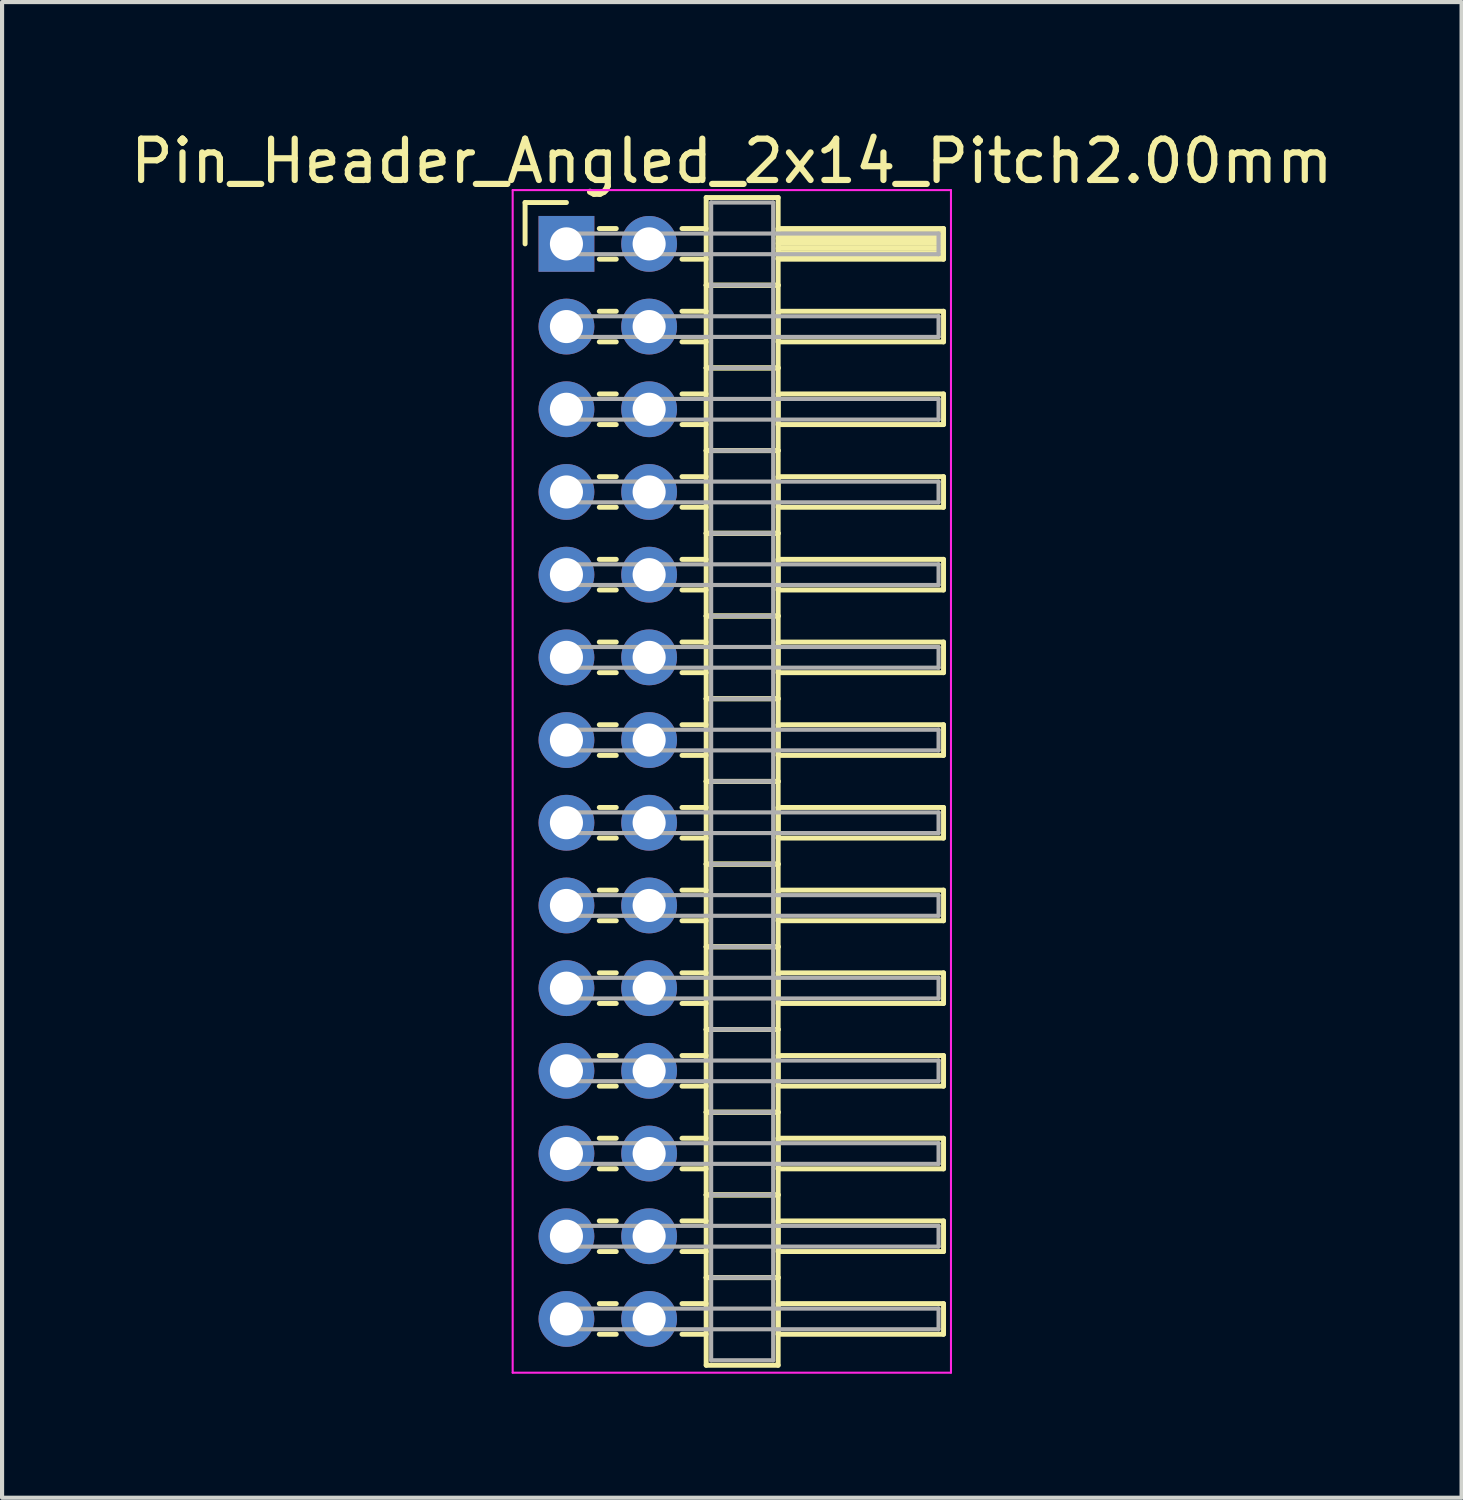
<source format=kicad_pcb>
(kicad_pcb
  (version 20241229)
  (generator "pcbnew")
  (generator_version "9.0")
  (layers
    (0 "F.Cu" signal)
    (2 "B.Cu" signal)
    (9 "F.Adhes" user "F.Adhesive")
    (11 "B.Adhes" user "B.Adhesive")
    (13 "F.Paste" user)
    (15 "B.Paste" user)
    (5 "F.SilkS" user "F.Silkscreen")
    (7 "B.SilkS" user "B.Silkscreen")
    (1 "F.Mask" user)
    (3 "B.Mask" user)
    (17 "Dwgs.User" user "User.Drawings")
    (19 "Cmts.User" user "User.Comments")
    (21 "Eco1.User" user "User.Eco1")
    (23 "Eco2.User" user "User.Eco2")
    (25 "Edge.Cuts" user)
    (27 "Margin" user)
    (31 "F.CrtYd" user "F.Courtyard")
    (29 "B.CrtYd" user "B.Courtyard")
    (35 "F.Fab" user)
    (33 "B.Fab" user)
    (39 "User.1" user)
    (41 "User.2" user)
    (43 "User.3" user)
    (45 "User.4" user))
  (footprint "Pin_Header_Angled_2x14_Pitch2.00mm"
    (layer "F.Cu")
    (at 10.649 2.848)
    (property "Reference" "Pin_Header_Angled_2x14_Pitch2.00mm" (at 4 -2 0) (layer "F.SilkS") (effects (font (size 1 1) (thickness 0.15))))
    (attr through_hole)
    (fp_line (start -1 -1) (end 0 -1) (stroke (width 0.12) (type solid)) (layer "F.SilkS"))
    (fp_line (start -1 0) (end -1 -1) (stroke (width 0.12) (type solid)) (layer "F.SilkS"))
    (fp_line (start 0.795 -0.37) (end 1.205 -0.37) (stroke (width 0.12) (type solid)) (layer "F.SilkS"))
    (fp_line (start 0.795 0.37) (end 1.205 0.37) (stroke (width 0.12) (type solid)) (layer "F.SilkS"))
    (fp_line (start 0.795 1.63) (end 1.205 1.63) (stroke (width 0.12) (type solid)) (layer "F.SilkS"))
    (fp_line (start 0.795 2.37) (end 1.205 2.37) (stroke (width 0.12) (type solid)) (layer "F.SilkS"))
    (fp_line (start 0.795 3.63) (end 1.205 3.63) (stroke (width 0.12) (type solid)) (layer "F.SilkS"))
    (fp_line (start 0.795 4.37) (end 1.205 4.37) (stroke (width 0.12) (type solid)) (layer "F.SilkS"))
    (fp_line (start 0.795 5.63) (end 1.205 5.63) (stroke (width 0.12) (type solid)) (layer "F.SilkS"))
    (fp_line (start 0.795 6.37) (end 1.205 6.37) (stroke (width 0.12) (type solid)) (layer "F.SilkS"))
    (fp_line (start 0.795 7.63) (end 1.205 7.63) (stroke (width 0.12) (type solid)) (layer "F.SilkS"))
    (fp_line (start 0.795 8.37) (end 1.205 8.37) (stroke (width 0.12) (type solid)) (layer "F.SilkS"))
    (fp_line (start 0.795 9.63) (end 1.205 9.63) (stroke (width 0.12) (type solid)) (layer "F.SilkS"))
    (fp_line (start 0.795 10.37) (end 1.205 10.37) (stroke (width 0.12) (type solid)) (layer "F.SilkS"))
    (fp_line (start 0.795 11.63) (end 1.205 11.63) (stroke (width 0.12) (type solid)) (layer "F.SilkS"))
    (fp_line (start 0.795 12.37) (end 1.205 12.37) (stroke (width 0.12) (type solid)) (layer "F.SilkS"))
    (fp_line (start 0.795 13.63) (end 1.205 13.63) (stroke (width 0.12) (type solid)) (layer "F.SilkS"))
    (fp_line (start 0.795 14.37) (end 1.205 14.37) (stroke (width 0.12) (type solid)) (layer "F.SilkS"))
    (fp_line (start 0.795 15.63) (end 1.205 15.63) (stroke (width 0.12) (type solid)) (layer "F.SilkS"))
    (fp_line (start 0.795 16.37) (end 1.205 16.37) (stroke (width 0.12) (type solid)) (layer "F.SilkS"))
    (fp_line (start 0.795 17.63) (end 1.205 17.63) (stroke (width 0.12) (type solid)) (layer "F.SilkS"))
    (fp_line (start 0.795 18.37) (end 1.205 18.37) (stroke (width 0.12) (type solid)) (layer "F.SilkS"))
    (fp_line (start 0.795 19.63) (end 1.205 19.63) (stroke (width 0.12) (type solid)) (layer "F.SilkS"))
    (fp_line (start 0.795 20.37) (end 1.205 20.37) (stroke (width 0.12) (type solid)) (layer "F.SilkS"))
    (fp_line (start 0.795 21.63) (end 1.205 21.63) (stroke (width 0.12) (type solid)) (layer "F.SilkS"))
    (fp_line (start 0.795 22.37) (end 1.205 22.37) (stroke (width 0.12) (type solid)) (layer "F.SilkS"))
    (fp_line (start 0.795 23.63) (end 1.205 23.63) (stroke (width 0.12) (type solid)) (layer "F.SilkS"))
    (fp_line (start 0.795 24.37) (end 1.205 24.37) (stroke (width 0.12) (type solid)) (layer "F.SilkS"))
    (fp_line (start 0.795 25.63) (end 1.205 25.63) (stroke (width 0.12) (type solid)) (layer "F.SilkS"))
    (fp_line (start 0.795 26.37) (end 1.205 26.37) (stroke (width 0.12) (type solid)) (layer "F.SilkS"))
    (fp_line (start 2.795 -0.37) (end 3.38 -0.37) (stroke (width 0.12) (type solid)) (layer "F.SilkS"))
    (fp_line (start 2.795 0.37) (end 3.38 0.37) (stroke (width 0.12) (type solid)) (layer "F.SilkS"))
    (fp_line (start 2.795 1.63) (end 3.38 1.63) (stroke (width 0.12) (type solid)) (layer "F.SilkS"))
    (fp_line (start 2.795 2.37) (end 3.38 2.37) (stroke (width 0.12) (type solid)) (layer "F.SilkS"))
    (fp_line (start 2.795 3.63) (end 3.38 3.63) (stroke (width 0.12) (type solid)) (layer "F.SilkS"))
    (fp_line (start 2.795 4.37) (end 3.38 4.37) (stroke (width 0.12) (type solid)) (layer "F.SilkS"))
    (fp_line (start 2.795 5.63) (end 3.38 5.63) (stroke (width 0.12) (type solid)) (layer "F.SilkS"))
    (fp_line (start 2.795 6.37) (end 3.38 6.37) (stroke (width 0.12) (type solid)) (layer "F.SilkS"))
    (fp_line (start 2.795 7.63) (end 3.38 7.63) (stroke (width 0.12) (type solid)) (layer "F.SilkS"))
    (fp_line (start 2.795 8.37) (end 3.38 8.37) (stroke (width 0.12) (type solid)) (layer "F.SilkS"))
    (fp_line (start 2.795 9.63) (end 3.38 9.63) (stroke (width 0.12) (type solid)) (layer "F.SilkS"))
    (fp_line (start 2.795 10.37) (end 3.38 10.37) (stroke (width 0.12) (type solid)) (layer "F.SilkS"))
    (fp_line (start 2.795 11.63) (end 3.38 11.63) (stroke (width 0.12) (type solid)) (layer "F.SilkS"))
    (fp_line (start 2.795 12.37) (end 3.38 12.37) (stroke (width 0.12) (type solid)) (layer "F.SilkS"))
    (fp_line (start 2.795 13.63) (end 3.38 13.63) (stroke (width 0.12) (type solid)) (layer "F.SilkS"))
    (fp_line (start 2.795 14.37) (end 3.38 14.37) (stroke (width 0.12) (type solid)) (layer "F.SilkS"))
    (fp_line (start 2.795 15.63) (end 3.38 15.63) (stroke (width 0.12) (type solid)) (layer "F.SilkS"))
    (fp_line (start 2.795 16.37) (end 3.38 16.37) (stroke (width 0.12) (type solid)) (layer "F.SilkS"))
    (fp_line (start 2.795 17.63) (end 3.38 17.63) (stroke (width 0.12) (type solid)) (layer "F.SilkS"))
    (fp_line (start 2.795 18.37) (end 3.38 18.37) (stroke (width 0.12) (type solid)) (layer "F.SilkS"))
    (fp_line (start 2.795 19.63) (end 3.38 19.63) (stroke (width 0.12) (type solid)) (layer "F.SilkS"))
    (fp_line (start 2.795 20.37) (end 3.38 20.37) (stroke (width 0.12) (type solid)) (layer "F.SilkS"))
    (fp_line (start 2.795 21.63) (end 3.38 21.63) (stroke (width 0.12) (type solid)) (layer "F.SilkS"))
    (fp_line (start 2.795 22.37) (end 3.38 22.37) (stroke (width 0.12) (type solid)) (layer "F.SilkS"))
    (fp_line (start 2.795 23.63) (end 3.38 23.63) (stroke (width 0.12) (type solid)) (layer "F.SilkS"))
    (fp_line (start 2.795 24.37) (end 3.38 24.37) (stroke (width 0.12) (type solid)) (layer "F.SilkS"))
    (fp_line (start 2.795 25.63) (end 3.38 25.63) (stroke (width 0.12) (type solid)) (layer "F.SilkS"))
    (fp_line (start 2.795 26.37) (end 3.38 26.37) (stroke (width 0.12) (type solid)) (layer "F.SilkS"))
    (fp_line (start 3.38 -1.12) (end 3.38 1) (stroke (width 0.12) (type solid)) (layer "F.SilkS"))
    (fp_line (start 3.38 1) (end 3.38 3) (stroke (width 0.12) (type solid)) (layer "F.SilkS"))
    (fp_line (start 3.38 1) (end 5.12 1) (stroke (width 0.12) (type solid)) (layer "F.SilkS"))
    (fp_line (start 3.38 3) (end 3.38 5) (stroke (width 0.12) (type solid)) (layer "F.SilkS"))
    (fp_line (start 3.38 3) (end 5.12 3) (stroke (width 0.12) (type solid)) (layer "F.SilkS"))
    (fp_line (start 3.38 5) (end 3.38 7) (stroke (width 0.12) (type solid)) (layer "F.SilkS"))
    (fp_line (start 3.38 5) (end 5.12 5) (stroke (width 0.12) (type solid)) (layer "F.SilkS"))
    (fp_line (start 3.38 7) (end 3.38 9) (stroke (width 0.12) (type solid)) (layer "F.SilkS"))
    (fp_line (start 3.38 7) (end 5.12 7) (stroke (width 0.12) (type solid)) (layer "F.SilkS"))
    (fp_line (start 3.38 9) (end 3.38 11) (stroke (width 0.12) (type solid)) (layer "F.SilkS"))
    (fp_line (start 3.38 9) (end 5.12 9) (stroke (width 0.12) (type solid)) (layer "F.SilkS"))
    (fp_line (start 3.38 11) (end 3.38 13) (stroke (width 0.12) (type solid)) (layer "F.SilkS"))
    (fp_line (start 3.38 11) (end 5.12 11) (stroke (width 0.12) (type solid)) (layer "F.SilkS"))
    (fp_line (start 3.38 13) (end 3.38 15) (stroke (width 0.12) (type solid)) (layer "F.SilkS"))
    (fp_line (start 3.38 13) (end 5.12 13) (stroke (width 0.12) (type solid)) (layer "F.SilkS"))
    (fp_line (start 3.38 15) (end 3.38 17) (stroke (width 0.12) (type solid)) (layer "F.SilkS"))
    (fp_line (start 3.38 15) (end 5.12 15) (stroke (width 0.12) (type solid)) (layer "F.SilkS"))
    (fp_line (start 3.38 17) (end 3.38 19) (stroke (width 0.12) (type solid)) (layer "F.SilkS"))
    (fp_line (start 3.38 17) (end 5.12 17) (stroke (width 0.12) (type solid)) (layer "F.SilkS"))
    (fp_line (start 3.38 19) (end 3.38 21) (stroke (width 0.12) (type solid)) (layer "F.SilkS"))
    (fp_line (start 3.38 19) (end 5.12 19) (stroke (width 0.12) (type solid)) (layer "F.SilkS"))
    (fp_line (start 3.38 21) (end 3.38 23) (stroke (width 0.12) (type solid)) (layer "F.SilkS"))
    (fp_line (start 3.38 21) (end 5.12 21) (stroke (width 0.12) (type solid)) (layer "F.SilkS"))
    (fp_line (start 3.38 23) (end 3.38 25) (stroke (width 0.12) (type solid)) (layer "F.SilkS"))
    (fp_line (start 3.38 23) (end 5.12 23) (stroke (width 0.12) (type solid)) (layer "F.SilkS"))
    (fp_line (start 3.38 25) (end 3.38 27.12) (stroke (width 0.12) (type solid)) (layer "F.SilkS"))
    (fp_line (start 3.38 25) (end 5.12 25) (stroke (width 0.12) (type solid)) (layer "F.SilkS"))
    (fp_line (start 3.38 27.12) (end 5.12 27.12) (stroke (width 0.12) (type solid)) (layer "F.SilkS"))
    (fp_line (start 5.12 -1.12) (end 3.38 -1.12) (stroke (width 0.12) (type solid)) (layer "F.SilkS"))
    (fp_line (start 5.12 -0.37) (end 5.12 0.37) (stroke (width 0.12) (type solid)) (layer "F.SilkS"))
    (fp_line (start 5.12 -0.25) (end 9.12 -0.25) (stroke (width 0.12) (type solid)) (layer "F.SilkS"))
    (fp_line (start 5.12 -0.13) (end 9.12 -0.13) (stroke (width 0.12) (type solid)) (layer "F.SilkS"))
    (fp_line (start 5.12 -0.01) (end 9.12 -0.01) (stroke (width 0.12) (type solid)) (layer "F.SilkS"))
    (fp_line (start 5.12 0.11) (end 9.12 0.11) (stroke (width 0.12) (type solid)) (layer "F.SilkS"))
    (fp_line (start 5.12 0.23) (end 9.12 0.23) (stroke (width 0.12) (type solid)) (layer "F.SilkS"))
    (fp_line (start 5.12 0.35) (end 9.12 0.35) (stroke (width 0.12) (type solid)) (layer "F.SilkS"))
    (fp_line (start 5.12 0.37) (end 9.12 0.37) (stroke (width 0.12) (type solid)) (layer "F.SilkS"))
    (fp_line (start 5.12 1) (end 3.38 1) (stroke (width 0.12) (type solid)) (layer "F.SilkS"))
    (fp_line (start 5.12 1) (end 5.12 -1.12) (stroke (width 0.12) (type solid)) (layer "F.SilkS"))
    (fp_line (start 5.12 1.63) (end 5.12 2.37) (stroke (width 0.12) (type solid)) (layer "F.SilkS"))
    (fp_line (start 5.12 2.37) (end 9.12 2.37) (stroke (width 0.12) (type solid)) (layer "F.SilkS"))
    (fp_line (start 5.12 3) (end 3.38 3) (stroke (width 0.12) (type solid)) (layer "F.SilkS"))
    (fp_line (start 5.12 3) (end 5.12 1) (stroke (width 0.12) (type solid)) (layer "F.SilkS"))
    (fp_line (start 5.12 3.63) (end 5.12 4.37) (stroke (width 0.12) (type solid)) (layer "F.SilkS"))
    (fp_line (start 5.12 4.37) (end 9.12 4.37) (stroke (width 0.12) (type solid)) (layer "F.SilkS"))
    (fp_line (start 5.12 5) (end 3.38 5) (stroke (width 0.12) (type solid)) (layer "F.SilkS"))
    (fp_line (start 5.12 5) (end 5.12 3) (stroke (width 0.12) (type solid)) (layer "F.SilkS"))
    (fp_line (start 5.12 5.63) (end 5.12 6.37) (stroke (width 0.12) (type solid)) (layer "F.SilkS"))
    (fp_line (start 5.12 6.37) (end 9.12 6.37) (stroke (width 0.12) (type solid)) (layer "F.SilkS"))
    (fp_line (start 5.12 7) (end 3.38 7) (stroke (width 0.12) (type solid)) (layer "F.SilkS"))
    (fp_line (start 5.12 7) (end 5.12 5) (stroke (width 0.12) (type solid)) (layer "F.SilkS"))
    (fp_line (start 5.12 7.63) (end 5.12 8.37) (stroke (width 0.12) (type solid)) (layer "F.SilkS"))
    (fp_line (start 5.12 8.37) (end 9.12 8.37) (stroke (width 0.12) (type solid)) (layer "F.SilkS"))
    (fp_line (start 5.12 9) (end 3.38 9) (stroke (width 0.12) (type solid)) (layer "F.SilkS"))
    (fp_line (start 5.12 9) (end 5.12 7) (stroke (width 0.12) (type solid)) (layer "F.SilkS"))
    (fp_line (start 5.12 9.63) (end 5.12 10.37) (stroke (width 0.12) (type solid)) (layer "F.SilkS"))
    (fp_line (start 5.12 10.37) (end 9.12 10.37) (stroke (width 0.12) (type solid)) (layer "F.SilkS"))
    (fp_line (start 5.12 11) (end 3.38 11) (stroke (width 0.12) (type solid)) (layer "F.SilkS"))
    (fp_line (start 5.12 11) (end 5.12 9) (stroke (width 0.12) (type solid)) (layer "F.SilkS"))
    (fp_line (start 5.12 11.63) (end 5.12 12.37) (stroke (width 0.12) (type solid)) (layer "F.SilkS"))
    (fp_line (start 5.12 12.37) (end 9.12 12.37) (stroke (width 0.12) (type solid)) (layer "F.SilkS"))
    (fp_line (start 5.12 13) (end 3.38 13) (stroke (width 0.12) (type solid)) (layer "F.SilkS"))
    (fp_line (start 5.12 13) (end 5.12 11) (stroke (width 0.12) (type solid)) (layer "F.SilkS"))
    (fp_line (start 5.12 13.63) (end 5.12 14.37) (stroke (width 0.12) (type solid)) (layer "F.SilkS"))
    (fp_line (start 5.12 14.37) (end 9.12 14.37) (stroke (width 0.12) (type solid)) (layer "F.SilkS"))
    (fp_line (start 5.12 15) (end 3.38 15) (stroke (width 0.12) (type solid)) (layer "F.SilkS"))
    (fp_line (start 5.12 15) (end 5.12 13) (stroke (width 0.12) (type solid)) (layer "F.SilkS"))
    (fp_line (start 5.12 15.63) (end 5.12 16.37) (stroke (width 0.12) (type solid)) (layer "F.SilkS"))
    (fp_line (start 5.12 16.37) (end 9.12 16.37) (stroke (width 0.12) (type solid)) (layer "F.SilkS"))
    (fp_line (start 5.12 17) (end 3.38 17) (stroke (width 0.12) (type solid)) (layer "F.SilkS"))
    (fp_line (start 5.12 17) (end 5.12 15) (stroke (width 0.12) (type solid)) (layer "F.SilkS"))
    (fp_line (start 5.12 17.63) (end 5.12 18.37) (stroke (width 0.12) (type solid)) (layer "F.SilkS"))
    (fp_line (start 5.12 18.37) (end 9.12 18.37) (stroke (width 0.12) (type solid)) (layer "F.SilkS"))
    (fp_line (start 5.12 19) (end 3.38 19) (stroke (width 0.12) (type solid)) (layer "F.SilkS"))
    (fp_line (start 5.12 19) (end 5.12 17) (stroke (width 0.12) (type solid)) (layer "F.SilkS"))
    (fp_line (start 5.12 19.63) (end 5.12 20.37) (stroke (width 0.12) (type solid)) (layer "F.SilkS"))
    (fp_line (start 5.12 20.37) (end 9.12 20.37) (stroke (width 0.12) (type solid)) (layer "F.SilkS"))
    (fp_line (start 5.12 21) (end 3.38 21) (stroke (width 0.12) (type solid)) (layer "F.SilkS"))
    (fp_line (start 5.12 21) (end 5.12 19) (stroke (width 0.12) (type solid)) (layer "F.SilkS"))
    (fp_line (start 5.12 21.63) (end 5.12 22.37) (stroke (width 0.12) (type solid)) (layer "F.SilkS"))
    (fp_line (start 5.12 22.37) (end 9.12 22.37) (stroke (width 0.12) (type solid)) (layer "F.SilkS"))
    (fp_line (start 5.12 23) (end 3.38 23) (stroke (width 0.12) (type solid)) (layer "F.SilkS"))
    (fp_line (start 5.12 23) (end 5.12 21) (stroke (width 0.12) (type solid)) (layer "F.SilkS"))
    (fp_line (start 5.12 23.63) (end 5.12 24.37) (stroke (width 0.12) (type solid)) (layer "F.SilkS"))
    (fp_line (start 5.12 24.37) (end 9.12 24.37) (stroke (width 0.12) (type solid)) (layer "F.SilkS"))
    (fp_line (start 5.12 25) (end 3.38 25) (stroke (width 0.12) (type solid)) (layer "F.SilkS"))
    (fp_line (start 5.12 25) (end 5.12 23) (stroke (width 0.12) (type solid)) (layer "F.SilkS"))
    (fp_line (start 5.12 25.63) (end 5.12 26.37) (stroke (width 0.12) (type solid)) (layer "F.SilkS"))
    (fp_line (start 5.12 26.37) (end 9.12 26.37) (stroke (width 0.12) (type solid)) (layer "F.SilkS"))
    (fp_line (start 5.12 27.12) (end 5.12 25) (stroke (width 0.12) (type solid)) (layer "F.SilkS"))
    (fp_line (start 9.12 -0.37) (end 5.12 -0.37) (stroke (width 0.12) (type solid)) (layer "F.SilkS"))
    (fp_line (start 9.12 0.37) (end 9.12 -0.37) (stroke (width 0.12) (type solid)) (layer "F.SilkS"))
    (fp_line (start 9.12 1.63) (end 5.12 1.63) (stroke (width 0.12) (type solid)) (layer "F.SilkS"))
    (fp_line (start 9.12 2.37) (end 9.12 1.63) (stroke (width 0.12) (type solid)) (layer "F.SilkS"))
    (fp_line (start 9.12 3.63) (end 5.12 3.63) (stroke (width 0.12) (type solid)) (layer "F.SilkS"))
    (fp_line (start 9.12 4.37) (end 9.12 3.63) (stroke (width 0.12) (type solid)) (layer "F.SilkS"))
    (fp_line (start 9.12 5.63) (end 5.12 5.63) (stroke (width 0.12) (type solid)) (layer "F.SilkS"))
    (fp_line (start 9.12 6.37) (end 9.12 5.63) (stroke (width 0.12) (type solid)) (layer "F.SilkS"))
    (fp_line (start 9.12 7.63) (end 5.12 7.63) (stroke (width 0.12) (type solid)) (layer "F.SilkS"))
    (fp_line (start 9.12 8.37) (end 9.12 7.63) (stroke (width 0.12) (type solid)) (layer "F.SilkS"))
    (fp_line (start 9.12 9.63) (end 5.12 9.63) (stroke (width 0.12) (type solid)) (layer "F.SilkS"))
    (fp_line (start 9.12 10.37) (end 9.12 9.63) (stroke (width 0.12) (type solid)) (layer "F.SilkS"))
    (fp_line (start 9.12 11.63) (end 5.12 11.63) (stroke (width 0.12) (type solid)) (layer "F.SilkS"))
    (fp_line (start 9.12 12.37) (end 9.12 11.63) (stroke (width 0.12) (type solid)) (layer "F.SilkS"))
    (fp_line (start 9.12 13.63) (end 5.12 13.63) (stroke (width 0.12) (type solid)) (layer "F.SilkS"))
    (fp_line (start 9.12 14.37) (end 9.12 13.63) (stroke (width 0.12) (type solid)) (layer "F.SilkS"))
    (fp_line (start 9.12 15.63) (end 5.12 15.63) (stroke (width 0.12) (type solid)) (layer "F.SilkS"))
    (fp_line (start 9.12 16.37) (end 9.12 15.63) (stroke (width 0.12) (type solid)) (layer "F.SilkS"))
    (fp_line (start 9.12 17.63) (end 5.12 17.63) (stroke (width 0.12) (type solid)) (layer "F.SilkS"))
    (fp_line (start 9.12 18.37) (end 9.12 17.63) (stroke (width 0.12) (type solid)) (layer "F.SilkS"))
    (fp_line (start 9.12 19.63) (end 5.12 19.63) (stroke (width 0.12) (type solid)) (layer "F.SilkS"))
    (fp_line (start 9.12 20.37) (end 9.12 19.63) (stroke (width 0.12) (type solid)) (layer "F.SilkS"))
    (fp_line (start 9.12 21.63) (end 5.12 21.63) (stroke (width 0.12) (type solid)) (layer "F.SilkS"))
    (fp_line (start 9.12 22.37) (end 9.12 21.63) (stroke (width 0.12) (type solid)) (layer "F.SilkS"))
    (fp_line (start 9.12 23.63) (end 5.12 23.63) (stroke (width 0.12) (type solid)) (layer "F.SilkS"))
    (fp_line (start 9.12 24.37) (end 9.12 23.63) (stroke (width 0.12) (type solid)) (layer "F.SilkS"))
    (fp_line (start 9.12 25.63) (end 5.12 25.63) (stroke (width 0.12) (type solid)) (layer "F.SilkS"))
    (fp_line (start 9.12 26.37) (end 9.12 25.63) (stroke (width 0.12) (type solid)) (layer "F.SilkS"))
    (fp_line (start -1.3 -1.3) (end -1.3 27.3) (stroke (width 0.05) (type solid)) (layer "F.CrtYd"))
    (fp_line (start -1.3 27.3) (end 9.3 27.3) (stroke (width 0.05) (type solid)) (layer "F.CrtYd"))
    (fp_line (start 9.3 -1.3) (end -1.3 -1.3) (stroke (width 0.05) (type solid)) (layer "F.CrtYd"))
    (fp_line (start 9.3 27.3) (end 9.3 -1.3) (stroke (width 0.05) (type solid)) (layer "F.CrtYd"))
    (fp_line (start 0 -0.25) (end 0 0.25) (stroke (width 0.1) (type solid)) (layer "F.Fab"))
    (fp_line (start 0 0.25) (end 9 0.25) (stroke (width 0.1) (type solid)) (layer "F.Fab"))
    (fp_line (start 0 1.75) (end 0 2.25) (stroke (width 0.1) (type solid)) (layer "F.Fab"))
    (fp_line (start 0 2.25) (end 9 2.25) (stroke (width 0.1) (type solid)) (layer "F.Fab"))
    (fp_line (start 0 3.75) (end 0 4.25) (stroke (width 0.1) (type solid)) (layer "F.Fab"))
    (fp_line (start 0 4.25) (end 9 4.25) (stroke (width 0.1) (type solid)) (layer "F.Fab"))
    (fp_line (start 0 5.75) (end 0 6.25) (stroke (width 0.1) (type solid)) (layer "F.Fab"))
    (fp_line (start 0 6.25) (end 9 6.25) (stroke (width 0.1) (type solid)) (layer "F.Fab"))
    (fp_line (start 0 7.75) (end 0 8.25) (stroke (width 0.1) (type solid)) (layer "F.Fab"))
    (fp_line (start 0 8.25) (end 9 8.25) (stroke (width 0.1) (type solid)) (layer "F.Fab"))
    (fp_line (start 0 9.75) (end 0 10.25) (stroke (width 0.1) (type solid)) (layer "F.Fab"))
    (fp_line (start 0 10.25) (end 9 10.25) (stroke (width 0.1) (type solid)) (layer "F.Fab"))
    (fp_line (start 0 11.75) (end 0 12.25) (stroke (width 0.1) (type solid)) (layer "F.Fab"))
    (fp_line (start 0 12.25) (end 9 12.25) (stroke (width 0.1) (type solid)) (layer "F.Fab"))
    (fp_line (start 0 13.75) (end 0 14.25) (stroke (width 0.1) (type solid)) (layer "F.Fab"))
    (fp_line (start 0 14.25) (end 9 14.25) (stroke (width 0.1) (type solid)) (layer "F.Fab"))
    (fp_line (start 0 15.75) (end 0 16.25) (stroke (width 0.1) (type solid)) (layer "F.Fab"))
    (fp_line (start 0 16.25) (end 9 16.25) (stroke (width 0.1) (type solid)) (layer "F.Fab"))
    (fp_line (start 0 17.75) (end 0 18.25) (stroke (width 0.1) (type solid)) (layer "F.Fab"))
    (fp_line (start 0 18.25) (end 9 18.25) (stroke (width 0.1) (type solid)) (layer "F.Fab"))
    (fp_line (start 0 19.75) (end 0 20.25) (stroke (width 0.1) (type solid)) (layer "F.Fab"))
    (fp_line (start 0 20.25) (end 9 20.25) (stroke (width 0.1) (type solid)) (layer "F.Fab"))
    (fp_line (start 0 21.75) (end 0 22.25) (stroke (width 0.1) (type solid)) (layer "F.Fab"))
    (fp_line (start 0 22.25) (end 9 22.25) (stroke (width 0.1) (type solid)) (layer "F.Fab"))
    (fp_line (start 0 23.75) (end 0 24.25) (stroke (width 0.1) (type solid)) (layer "F.Fab"))
    (fp_line (start 0 24.25) (end 9 24.25) (stroke (width 0.1) (type solid)) (layer "F.Fab"))
    (fp_line (start 0 25.75) (end 0 26.25) (stroke (width 0.1) (type solid)) (layer "F.Fab"))
    (fp_line (start 0 26.25) (end 9 26.25) (stroke (width 0.1) (type solid)) (layer "F.Fab"))
    (fp_line (start 3.5 -1) (end 3.5 1) (stroke (width 0.1) (type solid)) (layer "F.Fab"))
    (fp_line (start 3.5 1) (end 3.5 3) (stroke (width 0.1) (type solid)) (layer "F.Fab"))
    (fp_line (start 3.5 1) (end 5 1) (stroke (width 0.1) (type solid)) (layer "F.Fab"))
    (fp_line (start 3.5 3) (end 3.5 5) (stroke (width 0.1) (type solid)) (layer "F.Fab"))
    (fp_line (start 3.5 3) (end 5 3) (stroke (width 0.1) (type solid)) (layer "F.Fab"))
    (fp_line (start 3.5 5) (end 3.5 7) (stroke (width 0.1) (type solid)) (layer "F.Fab"))
    (fp_line (start 3.5 5) (end 5 5) (stroke (width 0.1) (type solid)) (layer "F.Fab"))
    (fp_line (start 3.5 7) (end 3.5 9) (stroke (width 0.1) (type solid)) (layer "F.Fab"))
    (fp_line (start 3.5 7) (end 5 7) (stroke (width 0.1) (type solid)) (layer "F.Fab"))
    (fp_line (start 3.5 9) (end 3.5 11) (stroke (width 0.1) (type solid)) (layer "F.Fab"))
    (fp_line (start 3.5 9) (end 5 9) (stroke (width 0.1) (type solid)) (layer "F.Fab"))
    (fp_line (start 3.5 11) (end 3.5 13) (stroke (width 0.1) (type solid)) (layer "F.Fab"))
    (fp_line (start 3.5 11) (end 5 11) (stroke (width 0.1) (type solid)) (layer "F.Fab"))
    (fp_line (start 3.5 13) (end 3.5 15) (stroke (width 0.1) (type solid)) (layer "F.Fab"))
    (fp_line (start 3.5 13) (end 5 13) (stroke (width 0.1) (type solid)) (layer "F.Fab"))
    (fp_line (start 3.5 15) (end 3.5 17) (stroke (width 0.1) (type solid)) (layer "F.Fab"))
    (fp_line (start 3.5 15) (end 5 15) (stroke (width 0.1) (type solid)) (layer "F.Fab"))
    (fp_line (start 3.5 17) (end 3.5 19) (stroke (width 0.1) (type solid)) (layer "F.Fab"))
    (fp_line (start 3.5 17) (end 5 17) (stroke (width 0.1) (type solid)) (layer "F.Fab"))
    (fp_line (start 3.5 19) (end 3.5 21) (stroke (width 0.1) (type solid)) (layer "F.Fab"))
    (fp_line (start 3.5 19) (end 5 19) (stroke (width 0.1) (type solid)) (layer "F.Fab"))
    (fp_line (start 3.5 21) (end 3.5 23) (stroke (width 0.1) (type solid)) (layer "F.Fab"))
    (fp_line (start 3.5 21) (end 5 21) (stroke (width 0.1) (type solid)) (layer "F.Fab"))
    (fp_line (start 3.5 23) (end 3.5 25) (stroke (width 0.1) (type solid)) (layer "F.Fab"))
    (fp_line (start 3.5 23) (end 5 23) (stroke (width 0.1) (type solid)) (layer "F.Fab"))
    (fp_line (start 3.5 25) (end 3.5 27) (stroke (width 0.1) (type solid)) (layer "F.Fab"))
    (fp_line (start 3.5 25) (end 5 25) (stroke (width 0.1) (type solid)) (layer "F.Fab"))
    (fp_line (start 3.5 27) (end 5 27) (stroke (width 0.1) (type solid)) (layer "F.Fab"))
    (fp_line (start 5 -1) (end 3.5 -1) (stroke (width 0.1) (type solid)) (layer "F.Fab"))
    (fp_line (start 5 1) (end 3.5 1) (stroke (width 0.1) (type solid)) (layer "F.Fab"))
    (fp_line (start 5 1) (end 5 -1) (stroke (width 0.1) (type solid)) (layer "F.Fab"))
    (fp_line (start 5 3) (end 3.5 3) (stroke (width 0.1) (type solid)) (layer "F.Fab"))
    (fp_line (start 5 3) (end 5 1) (stroke (width 0.1) (type solid)) (layer "F.Fab"))
    (fp_line (start 5 5) (end 3.5 5) (stroke (width 0.1) (type solid)) (layer "F.Fab"))
    (fp_line (start 5 5) (end 5 3) (stroke (width 0.1) (type solid)) (layer "F.Fab"))
    (fp_line (start 5 7) (end 3.5 7) (stroke (width 0.1) (type solid)) (layer "F.Fab"))
    (fp_line (start 5 7) (end 5 5) (stroke (width 0.1) (type solid)) (layer "F.Fab"))
    (fp_line (start 5 9) (end 3.5 9) (stroke (width 0.1) (type solid)) (layer "F.Fab"))
    (fp_line (start 5 9) (end 5 7) (stroke (width 0.1) (type solid)) (layer "F.Fab"))
    (fp_line (start 5 11) (end 3.5 11) (stroke (width 0.1) (type solid)) (layer "F.Fab"))
    (fp_line (start 5 11) (end 5 9) (stroke (width 0.1) (type solid)) (layer "F.Fab"))
    (fp_line (start 5 13) (end 3.5 13) (stroke (width 0.1) (type solid)) (layer "F.Fab"))
    (fp_line (start 5 13) (end 5 11) (stroke (width 0.1) (type solid)) (layer "F.Fab"))
    (fp_line (start 5 15) (end 3.5 15) (stroke (width 0.1) (type solid)) (layer "F.Fab"))
    (fp_line (start 5 15) (end 5 13) (stroke (width 0.1) (type solid)) (layer "F.Fab"))
    (fp_line (start 5 17) (end 3.5 17) (stroke (width 0.1) (type solid)) (layer "F.Fab"))
    (fp_line (start 5 17) (end 5 15) (stroke (width 0.1) (type solid)) (layer "F.Fab"))
    (fp_line (start 5 19) (end 3.5 19) (stroke (width 0.1) (type solid)) (layer "F.Fab"))
    (fp_line (start 5 19) (end 5 17) (stroke (width 0.1) (type solid)) (layer "F.Fab"))
    (fp_line (start 5 21) (end 3.5 21) (stroke (width 0.1) (type solid)) (layer "F.Fab"))
    (fp_line (start 5 21) (end 5 19) (stroke (width 0.1) (type solid)) (layer "F.Fab"))
    (fp_line (start 5 23) (end 3.5 23) (stroke (width 0.1) (type solid)) (layer "F.Fab"))
    (fp_line (start 5 23) (end 5 21) (stroke (width 0.1) (type solid)) (layer "F.Fab"))
    (fp_line (start 5 25) (end 3.5 25) (stroke (width 0.1) (type solid)) (layer "F.Fab"))
    (fp_line (start 5 25) (end 5 23) (stroke (width 0.1) (type solid)) (layer "F.Fab"))
    (fp_line (start 5 27) (end 5 25) (stroke (width 0.1) (type solid)) (layer "F.Fab"))
    (fp_line (start 9 -0.25) (end 0 -0.25) (stroke (width 0.1) (type solid)) (layer "F.Fab"))
    (fp_line (start 9 0.25) (end 9 -0.25) (stroke (width 0.1) (type solid)) (layer "F.Fab"))
    (fp_line (start 9 1.75) (end 0 1.75) (stroke (width 0.1) (type solid)) (layer "F.Fab"))
    (fp_line (start 9 2.25) (end 9 1.75) (stroke (width 0.1) (type solid)) (layer "F.Fab"))
    (fp_line (start 9 3.75) (end 0 3.75) (stroke (width 0.1) (type solid)) (layer "F.Fab"))
    (fp_line (start 9 4.25) (end 9 3.75) (stroke (width 0.1) (type solid)) (layer "F.Fab"))
    (fp_line (start 9 5.75) (end 0 5.75) (stroke (width 0.1) (type solid)) (layer "F.Fab"))
    (fp_line (start 9 6.25) (end 9 5.75) (stroke (width 0.1) (type solid)) (layer "F.Fab"))
    (fp_line (start 9 7.75) (end 0 7.75) (stroke (width 0.1) (type solid)) (layer "F.Fab"))
    (fp_line (start 9 8.25) (end 9 7.75) (stroke (width 0.1) (type solid)) (layer "F.Fab"))
    (fp_line (start 9 9.75) (end 0 9.75) (stroke (width 0.1) (type solid)) (layer "F.Fab"))
    (fp_line (start 9 10.25) (end 9 9.75) (stroke (width 0.1) (type solid)) (layer "F.Fab"))
    (fp_line (start 9 11.75) (end 0 11.75) (stroke (width 0.1) (type solid)) (layer "F.Fab"))
    (fp_line (start 9 12.25) (end 9 11.75) (stroke (width 0.1) (type solid)) (layer "F.Fab"))
    (fp_line (start 9 13.75) (end 0 13.75) (stroke (width 0.1) (type solid)) (layer "F.Fab"))
    (fp_line (start 9 14.25) (end 9 13.75) (stroke (width 0.1) (type solid)) (layer "F.Fab"))
    (fp_line (start 9 15.75) (end 0 15.75) (stroke (width 0.1) (type solid)) (layer "F.Fab"))
    (fp_line (start 9 16.25) (end 9 15.75) (stroke (width 0.1) (type solid)) (layer "F.Fab"))
    (fp_line (start 9 17.75) (end 0 17.75) (stroke (width 0.1) (type solid)) (layer "F.Fab"))
    (fp_line (start 9 18.25) (end 9 17.75) (stroke (width 0.1) (type solid)) (layer "F.Fab"))
    (fp_line (start 9 19.75) (end 0 19.75) (stroke (width 0.1) (type solid)) (layer "F.Fab"))
    (fp_line (start 9 20.25) (end 9 19.75) (stroke (width 0.1) (type solid)) (layer "F.Fab"))
    (fp_line (start 9 21.75) (end 0 21.75) (stroke (width 0.1) (type solid)) (layer "F.Fab"))
    (fp_line (start 9 22.25) (end 9 21.75) (stroke (width 0.1) (type solid)) (layer "F.Fab"))
    (fp_line (start 9 23.75) (end 0 23.75) (stroke (width 0.1) (type solid)) (layer "F.Fab"))
    (fp_line (start 9 24.25) (end 9 23.75) (stroke (width 0.1) (type solid)) (layer "F.Fab"))
    (fp_line (start 9 25.75) (end 0 25.75) (stroke (width 0.1) (type solid)) (layer "F.Fab"))
    (fp_line (start 9 26.25) (end 9 25.75) (stroke (width 0.1) (type solid)) (layer "F.Fab"))
    (pad "1" thru_hole rect (at 0 0) (size 1.35 1.35) (drill 0.8) (layers "*.Cu" "*.Mask"))
    (pad "2" thru_hole oval (at 2 0) (size 1.35 1.35) (drill 0.8) (layers "*.Cu" "*.Mask"))
    (pad "3" thru_hole oval (at 0 2) (size 1.35 1.35) (drill 0.8) (layers "*.Cu" "*.Mask"))
    (pad "4" thru_hole oval (at 2 2) (size 1.35 1.35) (drill 0.8) (layers "*.Cu" "*.Mask"))
    (pad "5" thru_hole oval (at 0 4) (size 1.35 1.35) (drill 0.8) (layers "*.Cu" "*.Mask"))
    (pad "6" thru_hole oval (at 2 4) (size 1.35 1.35) (drill 0.8) (layers "*.Cu" "*.Mask"))
    (pad "7" thru_hole oval (at 0 6) (size 1.35 1.35) (drill 0.8) (layers "*.Cu" "*.Mask"))
    (pad "8" thru_hole oval (at 2 6) (size 1.35 1.35) (drill 0.8) (layers "*.Cu" "*.Mask"))
    (pad "9" thru_hole oval (at 0 8) (size 1.35 1.35) (drill 0.8) (layers "*.Cu" "*.Mask"))
    (pad "10" thru_hole oval (at 2 8) (size 1.35 1.35) (drill 0.8) (layers "*.Cu" "*.Mask"))
    (pad "11" thru_hole oval (at 0 10) (size 1.35 1.35) (drill 0.8) (layers "*.Cu" "*.Mask"))
    (pad "12" thru_hole oval (at 2 10) (size 1.35 1.35) (drill 0.8) (layers "*.Cu" "*.Mask"))
    (pad "13" thru_hole oval (at 0 12) (size 1.35 1.35) (drill 0.8) (layers "*.Cu" "*.Mask"))
    (pad "14" thru_hole oval (at 2 12) (size 1.35 1.35) (drill 0.8) (layers "*.Cu" "*.Mask"))
    (pad "15" thru_hole oval (at 0 14) (size 1.35 1.35) (drill 0.8) (layers "*.Cu" "*.Mask"))
    (pad "16" thru_hole oval (at 2 14) (size 1.35 1.35) (drill 0.8) (layers "*.Cu" "*.Mask"))
    (pad "17" thru_hole oval (at 0 16) (size 1.35 1.35) (drill 0.8) (layers "*.Cu" "*.Mask"))
    (pad "18" thru_hole oval (at 2 16) (size 1.35 1.35) (drill 0.8) (layers "*.Cu" "*.Mask"))
    (pad "19" thru_hole oval (at 0 18) (size 1.35 1.35) (drill 0.8) (layers "*.Cu" "*.Mask"))
    (pad "20" thru_hole oval (at 2 18) (size 1.35 1.35) (drill 0.8) (layers "*.Cu" "*.Mask"))
    (pad "21" thru_hole oval (at 0 20) (size 1.35 1.35) (drill 0.8) (layers "*.Cu" "*.Mask"))
    (pad "22" thru_hole oval (at 2 20) (size 1.35 1.35) (drill 0.8) (layers "*.Cu" "*.Mask"))
    (pad "23" thru_hole oval (at 0 22) (size 1.35 1.35) (drill 0.8) (layers "*.Cu" "*.Mask"))
    (pad "24" thru_hole oval (at 2 22) (size 1.35 1.35) (drill 0.8) (layers "*.Cu" "*.Mask"))
    (pad "25" thru_hole oval (at 0 24) (size 1.35 1.35) (drill 0.8) (layers "*.Cu" "*.Mask"))
    (pad "26" thru_hole oval (at 2 24) (size 1.35 1.35) (drill 0.8) (layers "*.Cu" "*.Mask"))
    (pad "27" thru_hole oval (at 0 26) (size 1.35 1.35) (drill 0.8) (layers "*.Cu" "*.Mask"))
    (pad "28" thru_hole oval (at 2 26) (size 1.35 1.35) (drill 0.8) (layers "*.Cu" "*.Mask")))
  (gr_rect
    (start -3 -3)
    (end 32.298 33.173)
    (stroke (width 0.1) (type default))
    (fill no)
    (layer "Edge.Cuts")))
</source>
